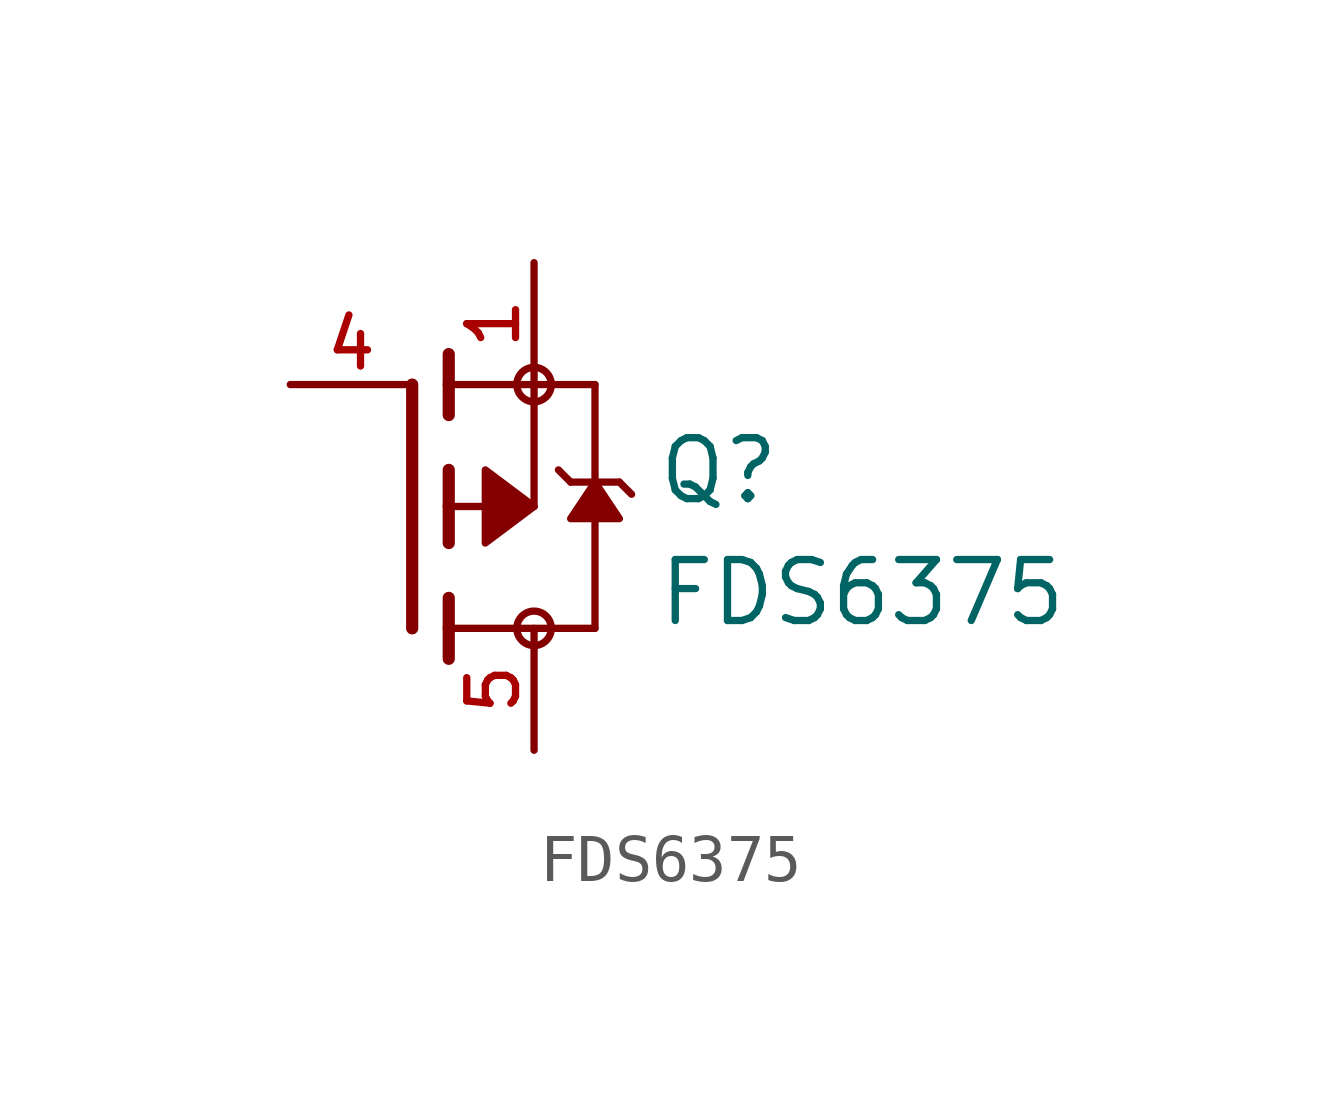
<source format=kicad_sym>
(kicad_symbol_lib
  (version 20220914)
  (generator kicad_symbol_editor)
  (symbol "FDS6375"
    (pin_names
      (offset 1.016))
    (property "Reference" "Q"
      (at 5.08 0 0)
      (effects (font (size 1.27 1.27)) (justify left bottom)))
    (property "Value" "FDS6375"
      (at 5.08 -2.54 0)
      (effects (font (size 1.27 1.27)) (justify left bottom)))
    (symbol "FDS6375_0_0"
      (polyline (pts (xy 0 -2.54) (xy 0 2.54)) (stroke (width 0.254) (type default)) (fill (type none)))
      (polyline (pts (xy 0.762 -3.175) (xy 0.762 -2.54)) (stroke (width 0.254) (type default)) (fill (type none)))
      (polyline (pts (xy 0.762 -2.54) (xy 0.762 -1.905)) (stroke (width 0.254) (type default)) (fill (type none)))
      (polyline (pts (xy 0.762 -2.54) (xy 3.81 -2.54)) (stroke (width 0.152) (type default)) (fill (type none)))
      (polyline (pts (xy 0.762 -0.762) (xy 0.762 0)) (stroke (width 0.254) (type default)) (fill (type none)))
      (polyline (pts (xy 0.762 0) (xy 0.762 0.762)) (stroke (width 0.254) (type default)) (fill (type none)))
      (polyline (pts (xy 0.762 0) (xy 2.54 0)) (stroke (width 0.152) (type default)) (fill (type none)))
      (polyline (pts (xy 0.762 1.905) (xy 0.762 2.54)) (stroke (width 0.254) (type default)) (fill (type none)))
      (polyline (pts (xy 0.762 2.54) (xy 0.762 3.175)) (stroke (width 0.254) (type default)) (fill (type none)))
      (polyline (pts (xy 2.54 0) (xy 2.54 2.54)) (stroke (width 0.152) (type default)) (fill (type none)))
      (polyline (pts (xy 2.54 2.54) (xy 0.762 2.54)) (stroke (width 0.152) (type default)) (fill (type none)))
      (polyline (pts (xy 2.54 2.54) (xy 3.81 2.54)) (stroke (width 0.152) (type default)) (fill (type none)))
      (polyline (pts (xy 3.048 0.762) (xy 3.302 0.508)) (stroke (width 0.152) (type default)) (fill (type none)))
      (polyline (pts (xy 3.302 0.508) (xy 3.81 0.508)) (stroke (width 0.152) (type default)) (fill (type none)))
      (polyline (pts (xy 3.81 -2.54) (xy 3.81 0.508)) (stroke (width 0.152) (type default)) (fill (type none)))
      (polyline (pts (xy 3.81 0.508) (xy 3.81 2.54)) (stroke (width 0.152) (type default)) (fill (type none)))
      (polyline (pts (xy 3.81 0.508) (xy 4.318 0.508)) (stroke (width 0.152) (type default)) (fill (type none)))
      (polyline (pts (xy 4.318 0.508) (xy 4.572 0.254)) (stroke (width 0.152) (type default)) (fill (type none)))
      (polyline (pts (xy 2.54 0) (xy 1.524 0.762) (xy 1.524 -0.762) (xy 2.54 0)) (stroke (width 0.152) (type default)) (fill (type outline)))
      (polyline (pts (xy 3.81 0.508) (xy 4.318 -0.254) (xy 3.302 -0.254) (xy 3.81 0.508)) (stroke (width 0.152) (type default)) (fill (type outline)))
      (circle (center 2.54 -2.54) (radius 0.359) (stroke (width 0) (type default)) (fill (type none)))
      (circle (center 2.54 2.54) (radius 0.359) (stroke (width 0) (type default)) (fill (type none)))
      (pin passive line (at 2.54 5.08 270) (length 2.54) (name "~" (effects (font (size 1.016 1.016)))) (number "1" (effects (font (size 1.016 1.016)))))
      (pin passive line (at -2.54 2.54 0) (length 2.54) (name "~" (effects (font (size 1.016 1.016)))) (number "4" (effects (font (size 1.016 1.016)))))
      (pin passive line (at 2.54 -5.08 90) (length 2.54) (name "~" (effects (font (size 1.016 1.016)))) (number "5" (effects (font (size 1.016 1.016))))))))
</source>
